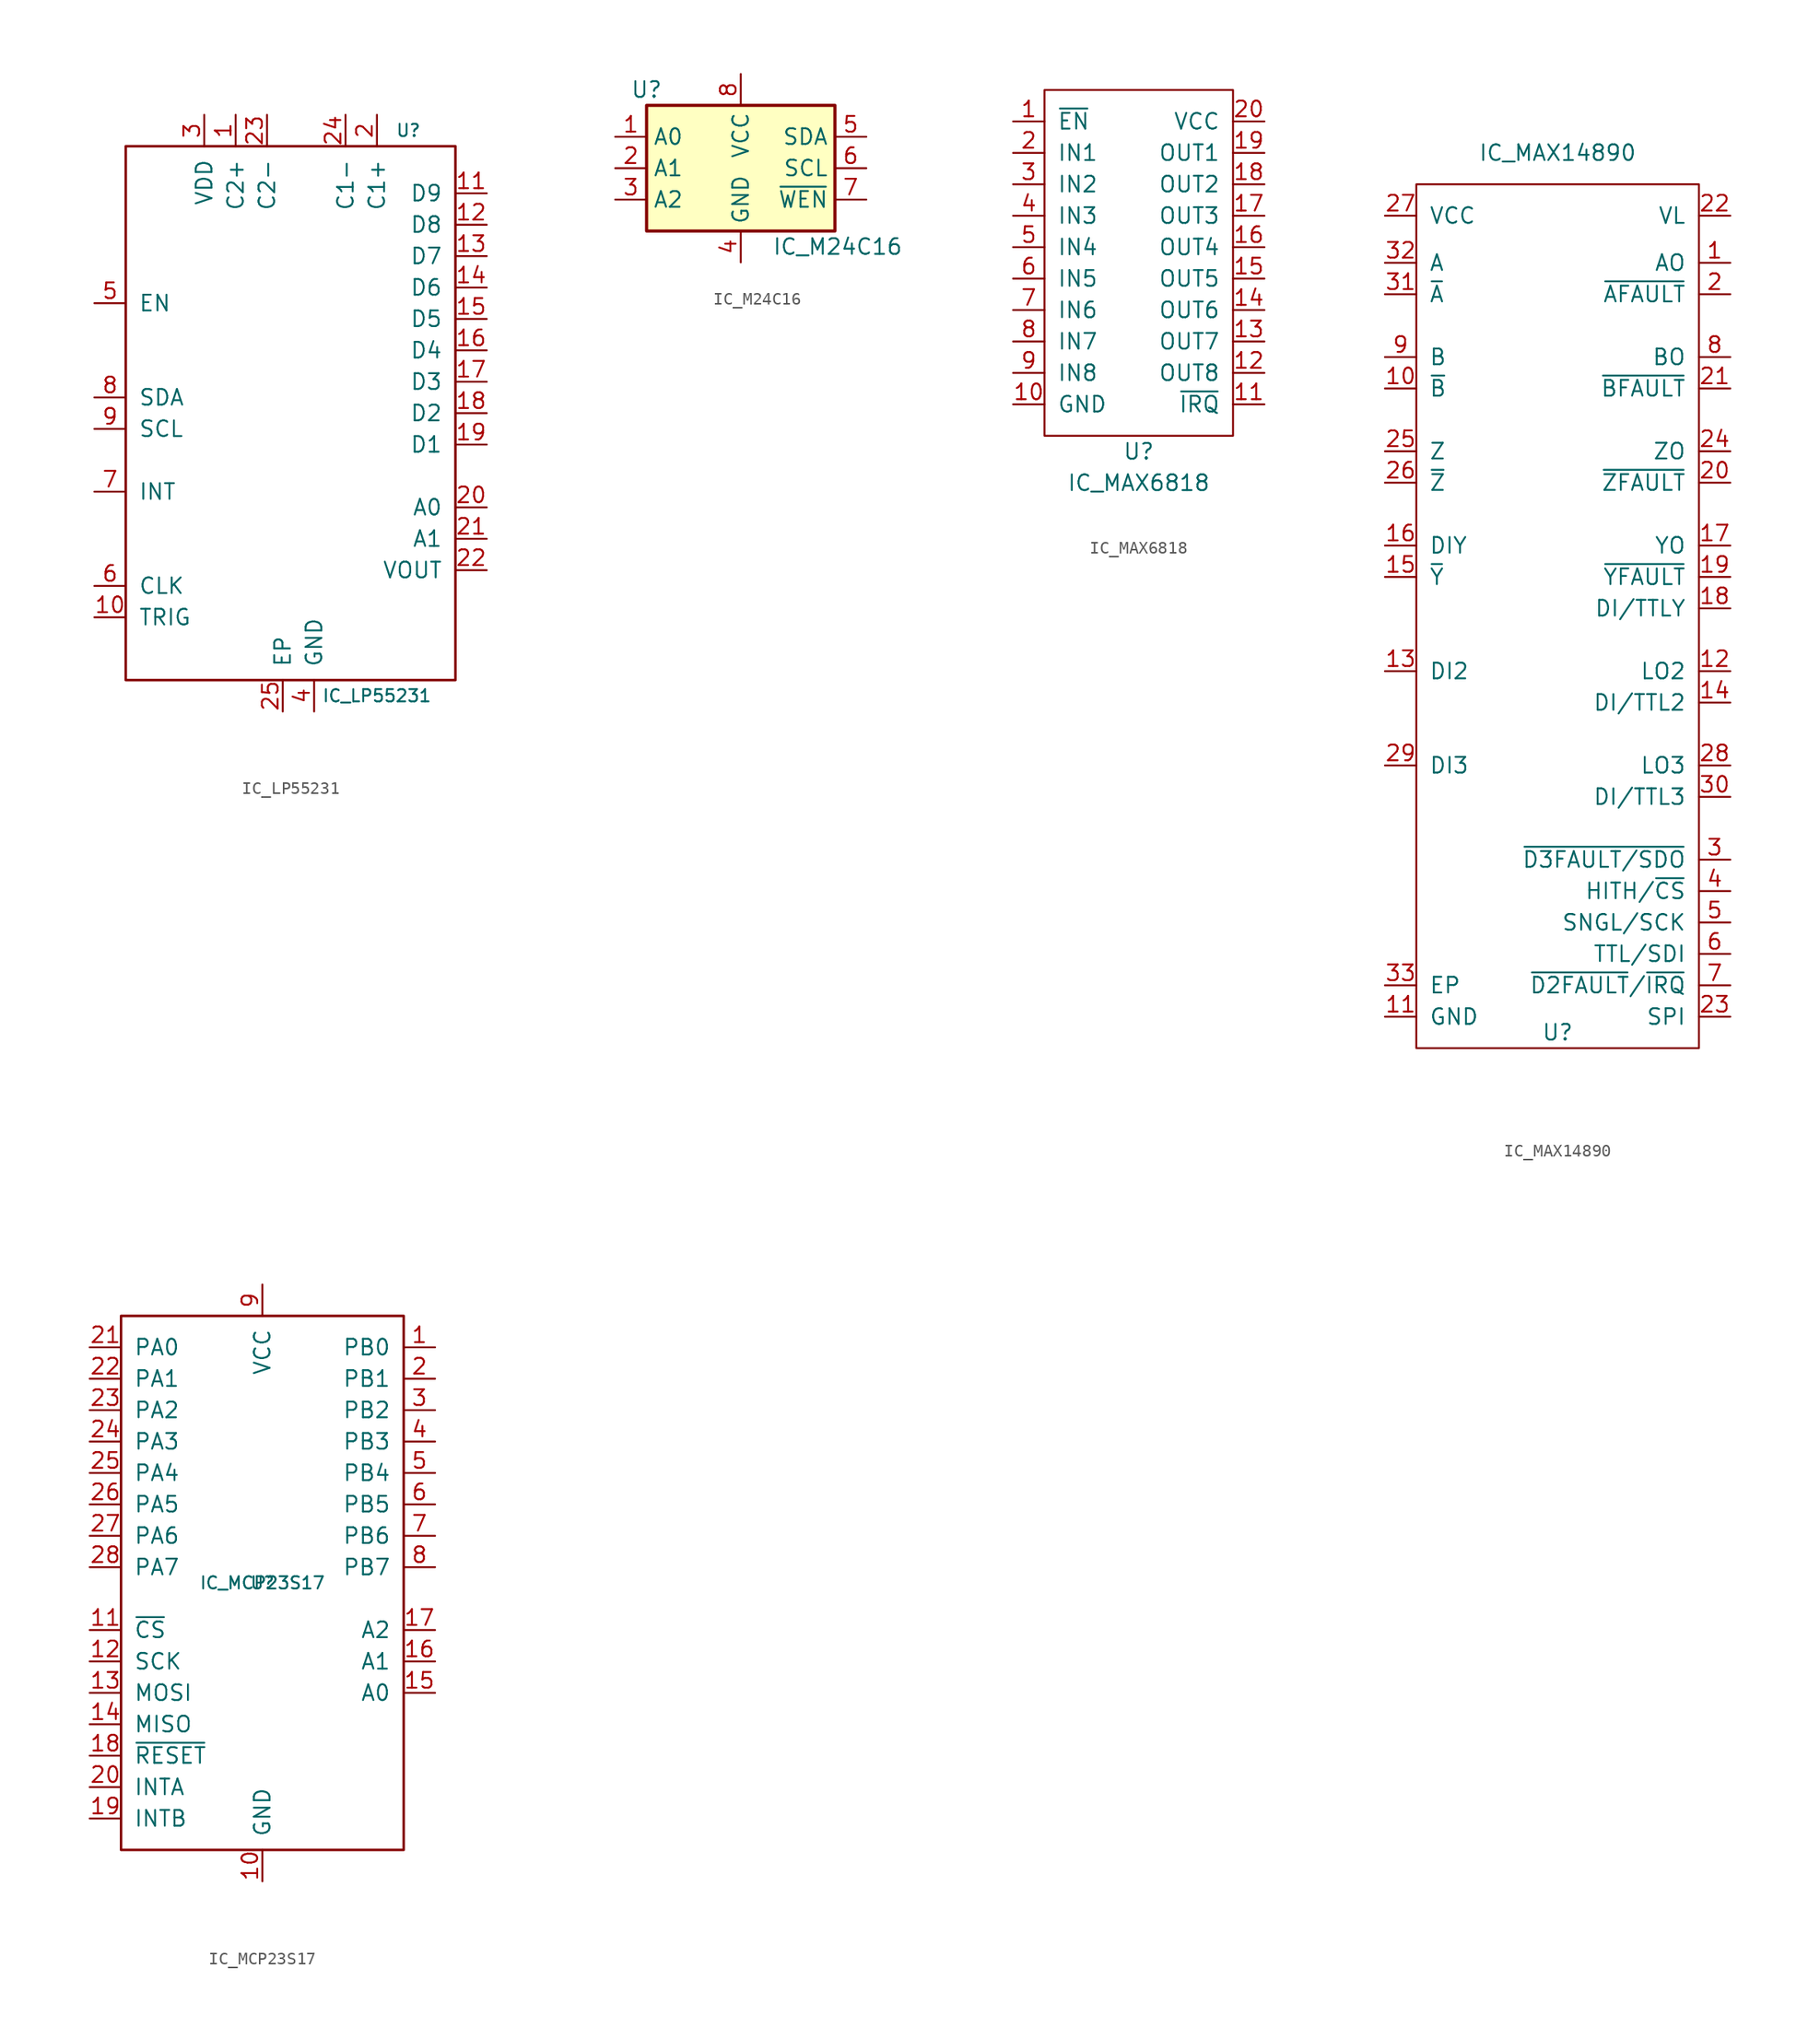
<source format=kicad_sym>
(kicad_symbol_lib
  (version 20211014)
  (generator kicad_symbol_editor)
  (symbol "IC_LP55231"
    (pin_names
      (offset 1.016))
    (property "Reference" "U"
      (at 8.89 22.86 0)
      (effects (font (size 0.991 0.991))))
    (property "Value" "IC_LP55231"
      (at 6.35 -22.86 0)
      (effects (font (size 0.991 0.991))))
    (symbol "IC_LP55231_0_1"
      (rectangle (start -13.97 21.59) (end 12.7 -21.59) (stroke (width 0.203) (type default) (color 0 0 0 0)) (fill (type none))))
    (symbol "IC_LP55231_1_1"
      (pin passive line (at -5.08 24.13 270) (length 2.54) (name "C2+" (effects (font (size 1.27 1.27)))) (number "1" (effects (font (size 1.27 1.27)))))
      (pin input line (at -16.51 -16.51 0) (length 2.54) (name "TRIG" (effects (font (size 1.27 1.27)))) (number "10" (effects (font (size 1.27 1.27)))))
      (pin output line (at 15.24 17.78 180) (length 2.54) (name "D9" (effects (font (size 1.27 1.27)))) (number "11" (effects (font (size 1.27 1.27)))))
      (pin output line (at 15.24 15.24 180) (length 2.54) (name "D8" (effects (font (size 1.27 1.27)))) (number "12" (effects (font (size 1.27 1.27)))))
      (pin output line (at 15.24 12.7 180) (length 2.54) (name "D7" (effects (font (size 1.27 1.27)))) (number "13" (effects (font (size 1.27 1.27)))))
      (pin output line (at 15.24 10.16 180) (length 2.54) (name "D6" (effects (font (size 1.27 1.27)))) (number "14" (effects (font (size 1.27 1.27)))))
      (pin output line (at 15.24 7.62 180) (length 2.54) (name "D5" (effects (font (size 1.27 1.27)))) (number "15" (effects (font (size 1.27 1.27)))))
      (pin output line (at 15.24 5.08 180) (length 2.54) (name "D4" (effects (font (size 1.27 1.27)))) (number "16" (effects (font (size 1.27 1.27)))))
      (pin output line (at 15.24 2.54 180) (length 2.54) (name "D3" (effects (font (size 1.27 1.27)))) (number "17" (effects (font (size 1.27 1.27)))))
      (pin output line (at 15.24 0 180) (length 2.54) (name "D2" (effects (font (size 1.27 1.27)))) (number "18" (effects (font (size 1.27 1.27)))))
      (pin output line (at 15.24 -2.54 180) (length 2.54) (name "D1" (effects (font (size 1.27 1.27)))) (number "19" (effects (font (size 1.27 1.27)))))
      (pin passive line (at 6.35 24.13 270) (length 2.54) (name "C1+" (effects (font (size 1.27 1.27)))) (number "2" (effects (font (size 1.27 1.27)))))
      (pin input line (at 15.24 -7.62 180) (length 2.54) (name "A0" (effects (font (size 1.27 1.27)))) (number "20" (effects (font (size 1.27 1.27)))))
      (pin input line (at 15.24 -10.16 180) (length 2.54) (name "A1" (effects (font (size 1.27 1.27)))) (number "21" (effects (font (size 1.27 1.27)))))
      (pin output line (at 15.24 -12.7 180) (length 2.54) (name "VOUT" (effects (font (size 1.27 1.27)))) (number "22" (effects (font (size 1.27 1.27)))))
      (pin passive line (at -2.54 24.13 270) (length 2.54) (name "C2-" (effects (font (size 1.27 1.27)))) (number "23" (effects (font (size 1.27 1.27)))))
      (pin passive line (at 3.81 24.13 270) (length 2.54) (name "C1-" (effects (font (size 1.27 1.27)))) (number "24" (effects (font (size 1.27 1.27)))))
      (pin power_in line (at -1.27 -24.13 90) (length 2.54) (name "EP" (effects (font (size 1.27 1.27)))) (number "25" (effects (font (size 1.27 1.27)))))
      (pin power_in line (at -7.62 24.13 270) (length 2.54) (name "VDD" (effects (font (size 1.27 1.27)))) (number "3" (effects (font (size 1.27 1.27)))))
      (pin power_in line (at 1.27 -24.13 90) (length 2.54) (name "GND" (effects (font (size 1.27 1.27)))) (number "4" (effects (font (size 1.27 1.27)))))
      (pin input line (at -16.51 8.89 0) (length 2.54) (name "EN" (effects (font (size 1.27 1.27)))) (number "5" (effects (font (size 1.27 1.27)))))
      (pin input line (at -16.51 -13.97 0) (length 2.54) (name "CLK" (effects (font (size 1.27 1.27)))) (number "6" (effects (font (size 1.27 1.27)))))
      (pin output line (at -16.51 -6.35 0) (length 2.54) (name "INT" (effects (font (size 1.27 1.27)))) (number "7" (effects (font (size 1.27 1.27)))))
      (pin bidirectional line (at -16.51 1.27 0) (length 2.54) (name "SDA" (effects (font (size 1.27 1.27)))) (number "8" (effects (font (size 1.27 1.27)))))
      (pin input line (at -16.51 -1.27 0) (length 2.54) (name "SCL" (effects (font (size 1.27 1.27)))) (number "9" (effects (font (size 1.27 1.27)))))))
  (symbol "IC_M24C16"
    (property "Reference" "U"
      (at -7.62 6.35 0)
      (effects (font (size 1.27 1.27))))
    (property "Value" "IC_M24C16"
      (at 2.54 -6.35 0)
      (effects (font (size 1.27 1.27)) (justify left)))
    (symbol "IC_M24C16_1_1"
      (rectangle (start -7.62 5.08) (end 7.62 -5.08) (stroke (width 0.254) (type default) (color 0 0 0 0)) (fill (type background)))
      (pin input line (at -10.16 2.54 0) (length 2.54) (name "A0" (effects (font (size 1.27 1.27)))) (number "1" (effects (font (size 1.27 1.27)))))
      (pin input line (at -10.16 0 0) (length 2.54) (name "A1" (effects (font (size 1.27 1.27)))) (number "2" (effects (font (size 1.27 1.27)))))
      (pin input line (at -10.16 -2.54 0) (length 2.54) (name "A2" (effects (font (size 1.27 1.27)))) (number "3" (effects (font (size 1.27 1.27)))))
      (pin power_in line (at 0 -7.62 90) (length 2.54) (name "GND" (effects (font (size 1.27 1.27)))) (number "4" (effects (font (size 1.27 1.27)))))
      (pin bidirectional line (at 10.16 2.54 180) (length 2.54) (name "SDA" (effects (font (size 1.27 1.27)))) (number "5" (effects (font (size 1.27 1.27)))))
      (pin input line (at 10.16 0 180) (length 2.54) (name "SCL" (effects (font (size 1.27 1.27)))) (number "6" (effects (font (size 1.27 1.27)))))
      (pin input line (at 10.16 -2.54 180) (length 2.54) (name "~{WEN}" (effects (font (size 1.27 1.27)))) (number "7" (effects (font (size 1.27 1.27)))))
      (pin power_in line (at 0 7.62 270) (length 2.54) (name "VCC" (effects (font (size 1.27 1.27)))) (number "8" (effects (font (size 1.27 1.27)))))))
  (symbol "IC_MAX6818"
    (pin_names
      (offset 1.016))
    (property "Reference" "U"
      (at 0 -15.24 0)
      (effects (font (size 1.27 1.27))))
    (property "Value" "IC_MAX6818"
      (at 0 -17.78 0)
      (effects (font (size 1.27 1.27))))
    (symbol "IC_MAX6818_0_1"
      (rectangle (start -7.62 13.97) (end 7.62 -13.97) (stroke (width 0) (type default) (color 0 0 0 0)) (fill (type none))))
    (symbol "IC_MAX6818_1_1"
      (pin input line (at -10.16 11.43 0) (length 2.54) (name "~{EN}" (effects (font (size 1.27 1.27)))) (number "1" (effects (font (size 1.27 1.27)))))
      (pin power_in line (at -10.16 -11.43 0) (length 2.54) (name "GND" (effects (font (size 1.27 1.27)))) (number "10" (effects (font (size 1.27 1.27)))))
      (pin output line (at 10.16 -11.43 180) (length 2.54) (name "~{IRQ}" (effects (font (size 1.27 1.27)))) (number "11" (effects (font (size 1.27 1.27)))))
      (pin output line (at 10.16 -8.89 180) (length 2.54) (name "OUT8" (effects (font (size 1.27 1.27)))) (number "12" (effects (font (size 1.27 1.27)))))
      (pin output line (at 10.16 -6.35 180) (length 2.54) (name "OUT7" (effects (font (size 1.27 1.27)))) (number "13" (effects (font (size 1.27 1.27)))))
      (pin output line (at 10.16 -3.81 180) (length 2.54) (name "OUT6" (effects (font (size 1.27 1.27)))) (number "14" (effects (font (size 1.27 1.27)))))
      (pin output line (at 10.16 -1.27 180) (length 2.54) (name "OUT5" (effects (font (size 1.27 1.27)))) (number "15" (effects (font (size 1.27 1.27)))))
      (pin output line (at 10.16 1.27 180) (length 2.54) (name "OUT4" (effects (font (size 1.27 1.27)))) (number "16" (effects (font (size 1.27 1.27)))))
      (pin output line (at 10.16 3.81 180) (length 2.54) (name "OUT3" (effects (font (size 1.27 1.27)))) (number "17" (effects (font (size 1.27 1.27)))))
      (pin output line (at 10.16 6.35 180) (length 2.54) (name "OUT2" (effects (font (size 1.27 1.27)))) (number "18" (effects (font (size 1.27 1.27)))))
      (pin output line (at 10.16 8.89 180) (length 2.54) (name "OUT1" (effects (font (size 1.27 1.27)))) (number "19" (effects (font (size 1.27 1.27)))))
      (pin input line (at -10.16 8.89 0) (length 2.54) (name "IN1" (effects (font (size 1.27 1.27)))) (number "2" (effects (font (size 1.27 1.27)))))
      (pin power_in line (at 10.16 11.43 180) (length 2.54) (name "VCC" (effects (font (size 1.27 1.27)))) (number "20" (effects (font (size 1.27 1.27)))))
      (pin input line (at -10.16 6.35 0) (length 2.54) (name "IN2" (effects (font (size 1.27 1.27)))) (number "3" (effects (font (size 1.27 1.27)))))
      (pin input line (at -10.16 3.81 0) (length 2.54) (name "IN3" (effects (font (size 1.27 1.27)))) (number "4" (effects (font (size 1.27 1.27)))))
      (pin input line (at -10.16 1.27 0) (length 2.54) (name "IN4" (effects (font (size 1.27 1.27)))) (number "5" (effects (font (size 1.27 1.27)))))
      (pin input line (at -10.16 -1.27 0) (length 2.54) (name "IN5" (effects (font (size 1.27 1.27)))) (number "6" (effects (font (size 1.27 1.27)))))
      (pin input line (at -10.16 -3.81 0) (length 2.54) (name "IN6" (effects (font (size 1.27 1.27)))) (number "7" (effects (font (size 1.27 1.27)))))
      (pin input line (at -10.16 -6.35 0) (length 2.54) (name "IN7" (effects (font (size 1.27 1.27)))) (number "8" (effects (font (size 1.27 1.27)))))
      (pin input line (at -10.16 -8.89 0) (length 2.54) (name "IN8" (effects (font (size 1.27 1.27)))) (number "9" (effects (font (size 1.27 1.27)))))))
  (symbol "IC_MAX14890"
    (pin_names
      (offset 1.016))
    (property "Reference" "U"
      (at 0 -34.29 0)
      (effects (font (size 1.27 1.27))))
    (property "Value" "IC_MAX14890"
      (at 0 36.83 0)
      (effects (font (size 1.27 1.27))))
    (symbol "IC_MAX14890_0_1"
      (rectangle (start -11.43 -35.56) (end 11.43 34.29) (stroke (width 0) (type default) (color 0 0 0 0)) (fill (type none))))
    (symbol "IC_MAX14890_1_1"
      (pin output line (at 13.97 27.94 180) (length 2.54) (name "AO" (effects (font (size 1.27 1.27)))) (number "1" (effects (font (size 1.27 1.27)))))
      (pin input line (at -13.97 17.78 0) (length 2.54) (name "~{B}" (effects (font (size 1.27 1.27)))) (number "10" (effects (font (size 1.27 1.27)))))
      (pin power_in line (at -13.97 -33.02 0) (length 2.54) (name "GND" (effects (font (size 1.27 1.27)))) (number "11" (effects (font (size 1.27 1.27)))))
      (pin output line (at 13.97 -5.08 180) (length 2.54) (name "LO2" (effects (font (size 1.27 1.27)))) (number "12" (effects (font (size 1.27 1.27)))))
      (pin input line (at -13.97 -5.08 0) (length 2.54) (name "DI2" (effects (font (size 1.27 1.27)))) (number "13" (effects (font (size 1.27 1.27)))))
      (pin input line (at 13.97 -7.62 180) (length 2.54) (name "DI/TTL2" (effects (font (size 1.27 1.27)))) (number "14" (effects (font (size 1.27 1.27)))))
      (pin input line (at -13.97 2.54 0) (length 2.54) (name "~{Y}" (effects (font (size 1.27 1.27)))) (number "15" (effects (font (size 1.27 1.27)))))
      (pin input line (at -13.97 5.08 0) (length 2.54) (name "DIY" (effects (font (size 1.27 1.27)))) (number "16" (effects (font (size 1.27 1.27)))))
      (pin output line (at 13.97 5.08 180) (length 2.54) (name "YO" (effects (font (size 1.27 1.27)))) (number "17" (effects (font (size 1.27 1.27)))))
      (pin input line (at 13.97 0 180) (length 2.54) (name "DI/TTLY" (effects (font (size 1.27 1.27)))) (number "18" (effects (font (size 1.27 1.27)))))
      (pin output line (at 13.97 2.54 180) (length 2.54) (name "~{YFAULT}" (effects (font (size 1.27 1.27)))) (number "19" (effects (font (size 1.27 1.27)))))
      (pin output line (at 13.97 25.4 180) (length 2.54) (name "~{AFAULT}" (effects (font (size 1.27 1.27)))) (number "2" (effects (font (size 1.27 1.27)))))
      (pin output line (at 13.97 10.16 180) (length 2.54) (name "~{ZFAULT}" (effects (font (size 1.27 1.27)))) (number "20" (effects (font (size 1.27 1.27)))))
      (pin output line (at 13.97 17.78 180) (length 2.54) (name "~{BFAULT}" (effects (font (size 1.27 1.27)))) (number "21" (effects (font (size 1.27 1.27)))))
      (pin power_in line (at 13.97 31.75 180) (length 2.54) (name "VL" (effects (font (size 1.27 1.27)))) (number "22" (effects (font (size 1.27 1.27)))))
      (pin input line (at 13.97 -33.02 180) (length 2.54) (name "SPI" (effects (font (size 1.27 1.27)))) (number "23" (effects (font (size 1.27 1.27)))))
      (pin output line (at 13.97 12.7 180) (length 2.54) (name "ZO" (effects (font (size 1.27 1.27)))) (number "24" (effects (font (size 1.27 1.27)))))
      (pin input line (at -13.97 12.7 0) (length 2.54) (name "Z" (effects (font (size 1.27 1.27)))) (number "25" (effects (font (size 1.27 1.27)))))
      (pin input line (at -13.97 10.16 0) (length 2.54) (name "~{Z}" (effects (font (size 1.27 1.27)))) (number "26" (effects (font (size 1.27 1.27)))))
      (pin power_in line (at -13.97 31.75 0) (length 2.54) (name "VCC" (effects (font (size 1.27 1.27)))) (number "27" (effects (font (size 1.27 1.27)))))
      (pin output line (at 13.97 -12.7 180) (length 2.54) (name "LO3" (effects (font (size 1.27 1.27)))) (number "28" (effects (font (size 1.27 1.27)))))
      (pin input line (at -13.97 -12.7 0) (length 2.54) (name "DI3" (effects (font (size 1.27 1.27)))) (number "29" (effects (font (size 1.27 1.27)))))
      (pin output line (at 13.97 -20.32 180) (length 2.54) (name "~{D3FAULT/SDO}" (effects (font (size 1.27 1.27)))) (number "3" (effects (font (size 1.27 1.27)))))
      (pin input line (at 13.97 -15.24 180) (length 2.54) (name "DI/TTL3" (effects (font (size 1.27 1.27)))) (number "30" (effects (font (size 1.27 1.27)))))
      (pin input line (at -13.97 25.4 0) (length 2.54) (name "~{A}" (effects (font (size 1.27 1.27)))) (number "31" (effects (font (size 1.27 1.27)))))
      (pin input line (at -13.97 27.94 0) (length 2.54) (name "A" (effects (font (size 1.27 1.27)))) (number "32" (effects (font (size 1.27 1.27)))))
      (pin passive line (at -13.97 -30.48 0) (length 2.54) (name "EP" (effects (font (size 1.27 1.27)))) (number "33" (effects (font (size 1.27 1.27)))))
      (pin input line (at 13.97 -22.86 180) (length 2.54) (name "HITH/~{CS}" (effects (font (size 1.27 1.27)))) (number "4" (effects (font (size 1.27 1.27)))))
      (pin input line (at 13.97 -25.4 180) (length 2.54) (name "SNGL/SCK" (effects (font (size 1.27 1.27)))) (number "5" (effects (font (size 1.27 1.27)))))
      (pin input line (at 13.97 -27.94 180) (length 2.54) (name "TTL/SDI" (effects (font (size 1.27 1.27)))) (number "6" (effects (font (size 1.27 1.27)))))
      (pin output line (at 13.97 -30.48 180) (length 2.54) (name "~{D2FAULT}/~{IRQ}" (effects (font (size 1.27 1.27)))) (number "7" (effects (font (size 1.27 1.27)))))
      (pin output line (at 13.97 20.32 180) (length 2.54) (name "BO" (effects (font (size 1.27 1.27)))) (number "8" (effects (font (size 1.27 1.27)))))
      (pin input line (at -13.97 20.32 0) (length 2.54) (name "B" (effects (font (size 1.27 1.27)))) (number "9" (effects (font (size 1.27 1.27)))))))
  (symbol "IC_MCP23S17"
    (pin_names
      (offset 1.016))
    (property "Reference" "U"
      (at 0 0 0)
      (effects (font (size 0.991 0.991))))
    (property "Value" "IC_MCP23S17"
      (at 0 0 0)
      (effects (font (size 0.991 0.991))))
    (symbol "IC_MCP23S17_0_1"
      (rectangle (start -11.43 21.59) (end 11.43 -21.59) (stroke (width 0.203) (type default) (color 0 0 0 0)) (fill (type none))))
    (symbol "IC_MCP23S17_1_1"
      (pin bidirectional line (at 13.97 19.05 180) (length 2.54) (name "PB0" (effects (font (size 1.27 1.27)))) (number "1" (effects (font (size 1.27 1.27)))))
      (pin power_in line (at 0 -24.13 90) (length 2.54) (name "GND" (effects (font (size 1.27 1.27)))) (number "10" (effects (font (size 1.27 1.27)))))
      (pin input line (at -13.97 -3.81 0) (length 2.54) (name "~{CS}" (effects (font (size 1.27 1.27)))) (number "11" (effects (font (size 1.27 1.27)))))
      (pin input line (at -13.97 -6.35 0) (length 2.54) (name "SCK" (effects (font (size 1.27 1.27)))) (number "12" (effects (font (size 1.27 1.27)))))
      (pin input line (at -13.97 -8.89 0) (length 2.54) (name "MOSI" (effects (font (size 1.27 1.27)))) (number "13" (effects (font (size 1.27 1.27)))))
      (pin output line (at -13.97 -11.43 0) (length 2.54) (name "MISO" (effects (font (size 1.27 1.27)))) (number "14" (effects (font (size 1.27 1.27)))))
      (pin input line (at 13.97 -8.89 180) (length 2.54) (name "A0" (effects (font (size 1.27 1.27)))) (number "15" (effects (font (size 1.27 1.27)))))
      (pin input line (at 13.97 -6.35 180) (length 2.54) (name "A1" (effects (font (size 1.27 1.27)))) (number "16" (effects (font (size 1.27 1.27)))))
      (pin input line (at 13.97 -3.81 180) (length 2.54) (name "A2" (effects (font (size 1.27 1.27)))) (number "17" (effects (font (size 1.27 1.27)))))
      (pin output line (at -13.97 -13.97 0) (length 2.54) (name "~{RESET}" (effects (font (size 1.27 1.27)))) (number "18" (effects (font (size 1.27 1.27)))))
      (pin output line (at -13.97 -19.05 0) (length 2.54) (name "INTB" (effects (font (size 1.27 1.27)))) (number "19" (effects (font (size 1.27 1.27)))))
      (pin bidirectional line (at 13.97 16.51 180) (length 2.54) (name "PB1" (effects (font (size 1.27 1.27)))) (number "2" (effects (font (size 1.27 1.27)))))
      (pin output line (at -13.97 -16.51 0) (length 2.54) (name "INTA" (effects (font (size 1.27 1.27)))) (number "20" (effects (font (size 1.27 1.27)))))
      (pin bidirectional line (at -13.97 19.05 0) (length 2.54) (name "PA0" (effects (font (size 1.27 1.27)))) (number "21" (effects (font (size 1.27 1.27)))))
      (pin bidirectional line (at -13.97 16.51 0) (length 2.54) (name "PA1" (effects (font (size 1.27 1.27)))) (number "22" (effects (font (size 1.27 1.27)))))
      (pin bidirectional line (at -13.97 13.97 0) (length 2.54) (name "PA2" (effects (font (size 1.27 1.27)))) (number "23" (effects (font (size 1.27 1.27)))))
      (pin bidirectional line (at -13.97 11.43 0) (length 2.54) (name "PA3" (effects (font (size 1.27 1.27)))) (number "24" (effects (font (size 1.27 1.27)))))
      (pin bidirectional line (at -13.97 8.89 0) (length 2.54) (name "PA4" (effects (font (size 1.27 1.27)))) (number "25" (effects (font (size 1.27 1.27)))))
      (pin bidirectional line (at -13.97 6.35 0) (length 2.54) (name "PA5" (effects (font (size 1.27 1.27)))) (number "26" (effects (font (size 1.27 1.27)))))
      (pin bidirectional line (at -13.97 3.81 0) (length 2.54) (name "PA6" (effects (font (size 1.27 1.27)))) (number "27" (effects (font (size 1.27 1.27)))))
      (pin bidirectional line (at -13.97 1.27 0) (length 2.54) (name "PA7" (effects (font (size 1.27 1.27)))) (number "28" (effects (font (size 1.27 1.27)))))
      (pin bidirectional line (at 13.97 13.97 180) (length 2.54) (name "PB2" (effects (font (size 1.27 1.27)))) (number "3" (effects (font (size 1.27 1.27)))))
      (pin bidirectional line (at 13.97 11.43 180) (length 2.54) (name "PB3" (effects (font (size 1.27 1.27)))) (number "4" (effects (font (size 1.27 1.27)))))
      (pin bidirectional line (at 13.97 8.89 180) (length 2.54) (name "PB4" (effects (font (size 1.27 1.27)))) (number "5" (effects (font (size 1.27 1.27)))))
      (pin bidirectional line (at 13.97 6.35 180) (length 2.54) (name "PB5" (effects (font (size 1.27 1.27)))) (number "6" (effects (font (size 1.27 1.27)))))
      (pin bidirectional line (at 13.97 3.81 180) (length 2.54) (name "PB6" (effects (font (size 1.27 1.27)))) (number "7" (effects (font (size 1.27 1.27)))))
      (pin bidirectional line (at 13.97 1.27 180) (length 2.54) (name "PB7" (effects (font (size 1.27 1.27)))) (number "8" (effects (font (size 1.27 1.27)))))
      (pin power_in line (at 0 24.13 270) (length 2.54) (name "VCC" (effects (font (size 1.27 1.27)))) (number "9" (effects (font (size 1.27 1.27))))))))
</source>
